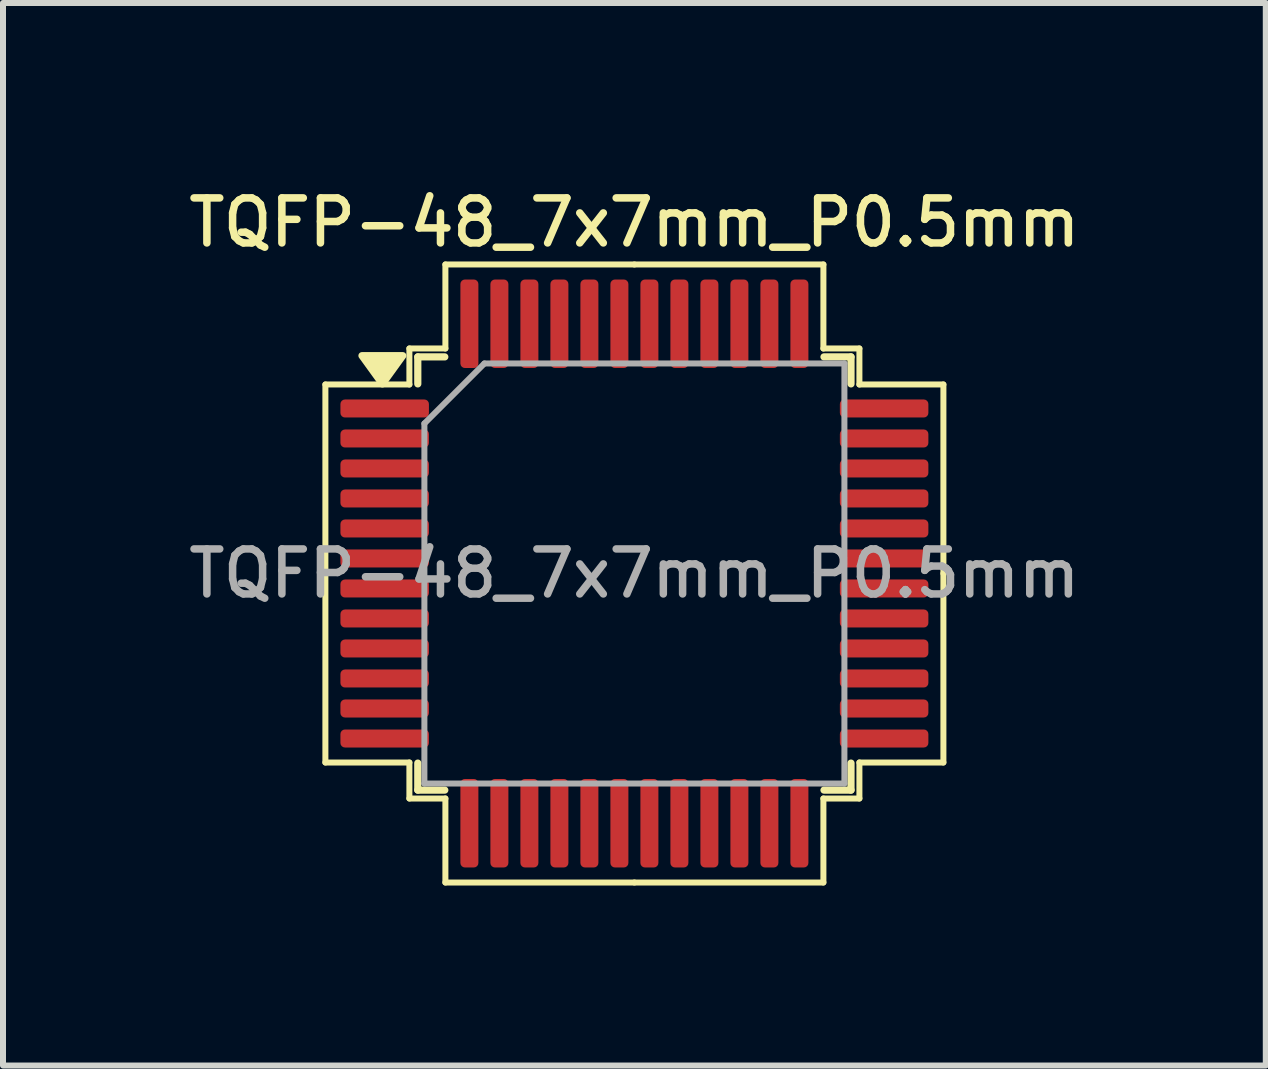
<source format=kicad_pcb>
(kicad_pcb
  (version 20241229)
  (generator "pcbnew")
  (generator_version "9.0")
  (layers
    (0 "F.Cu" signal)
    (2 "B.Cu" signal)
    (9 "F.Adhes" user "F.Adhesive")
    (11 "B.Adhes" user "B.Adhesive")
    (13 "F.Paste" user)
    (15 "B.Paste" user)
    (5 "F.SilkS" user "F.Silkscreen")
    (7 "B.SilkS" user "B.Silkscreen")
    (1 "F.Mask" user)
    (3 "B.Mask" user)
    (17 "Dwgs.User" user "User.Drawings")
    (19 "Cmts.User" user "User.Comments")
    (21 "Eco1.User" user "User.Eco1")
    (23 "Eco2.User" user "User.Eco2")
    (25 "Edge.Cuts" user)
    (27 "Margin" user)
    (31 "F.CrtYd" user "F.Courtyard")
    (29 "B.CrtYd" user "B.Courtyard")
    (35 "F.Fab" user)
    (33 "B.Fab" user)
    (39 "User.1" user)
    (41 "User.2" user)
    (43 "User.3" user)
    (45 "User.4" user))
  (footprint "TQFP-48_7x7mm_P0.5mm"
    (layer "F.Cu")
    (at 7.523 6.508)
    (property "Reference" "TQFP-48_7x7mm_P0.5mm" (at 0 -5.85 0) (layer "F.SilkS") (effects (font (size 0.75 0.75) (thickness 0.125))))
    (attr smd)
    (fp_line (start -5.15 -3.15) (end -5.15 0) (stroke (width 0.1) (type solid)) (layer "F.SilkS"))
    (fp_line (start -5.15 3.15) (end -5.15 0) (stroke (width 0.1) (type solid)) (layer "F.SilkS"))
    (fp_line (start -3.75 -3.75) (end -3.75 -3.15) (stroke (width 0.1) (type solid)) (layer "F.SilkS"))
    (fp_line (start -3.75 -3.15) (end -5.15 -3.15) (stroke (width 0.1) (type solid)) (layer "F.SilkS"))
    (fp_line (start -3.75 3.15) (end -5.15 3.15) (stroke (width 0.1) (type solid)) (layer "F.SilkS"))
    (fp_line (start -3.75 3.75) (end -3.75 3.15) (stroke (width 0.1) (type solid)) (layer "F.SilkS"))
    (fp_line (start -3.61 -3.61) (end -3.61 -3.16) (stroke (width 0.12) (type solid)) (layer "F.SilkS"))
    (fp_line (start -3.61 3.61) (end -3.61 3.16) (stroke (width 0.12) (type solid)) (layer "F.SilkS"))
    (fp_line (start -3.16 -3.61) (end -3.61 -3.61) (stroke (width 0.12) (type solid)) (layer "F.SilkS"))
    (fp_line (start -3.16 3.61) (end -3.61 3.61) (stroke (width 0.12) (type solid)) (layer "F.SilkS"))
    (fp_line (start -3.15 -5.15) (end -3.15 -3.75) (stroke (width 0.1) (type solid)) (layer "F.SilkS"))
    (fp_line (start -3.15 -3.75) (end -3.75 -3.75) (stroke (width 0.1) (type solid)) (layer "F.SilkS"))
    (fp_line (start -3.15 3.75) (end -3.75 3.75) (stroke (width 0.1) (type solid)) (layer "F.SilkS"))
    (fp_line (start -3.15 5.15) (end -3.15 3.75) (stroke (width 0.1) (type solid)) (layer "F.SilkS"))
    (fp_line (start 0 -5.15) (end -3.15 -5.15) (stroke (width 0.1) (type solid)) (layer "F.SilkS"))
    (fp_line (start 0 -5.15) (end 3.15 -5.15) (stroke (width 0.1) (type solid)) (layer "F.SilkS"))
    (fp_line (start 0 5.15) (end -3.15 5.15) (stroke (width 0.1) (type solid)) (layer "F.SilkS"))
    (fp_line (start 0 5.15) (end 3.15 5.15) (stroke (width 0.1) (type solid)) (layer "F.SilkS"))
    (fp_line (start 3.15 -5.15) (end 3.15 -3.75) (stroke (width 0.1) (type solid)) (layer "F.SilkS"))
    (fp_line (start 3.15 -3.75) (end 3.75 -3.75) (stroke (width 0.1) (type solid)) (layer "F.SilkS"))
    (fp_line (start 3.15 3.75) (end 3.75 3.75) (stroke (width 0.1) (type solid)) (layer "F.SilkS"))
    (fp_line (start 3.15 5.15) (end 3.15 3.75) (stroke (width 0.1) (type solid)) (layer "F.SilkS"))
    (fp_line (start 3.16 -3.61) (end 3.61 -3.61) (stroke (width 0.12) (type solid)) (layer "F.SilkS"))
    (fp_line (start 3.16 3.61) (end 3.61 3.61) (stroke (width 0.12) (type solid)) (layer "F.SilkS"))
    (fp_line (start 3.61 -3.61) (end 3.61 -3.16) (stroke (width 0.12) (type solid)) (layer "F.SilkS"))
    (fp_line (start 3.61 3.61) (end 3.61 3.16) (stroke (width 0.12) (type solid)) (layer "F.SilkS"))
    (fp_line (start 3.75 -3.75) (end 3.75 -3.15) (stroke (width 0.1) (type solid)) (layer "F.SilkS"))
    (fp_line (start 3.75 -3.15) (end 5.15 -3.15) (stroke (width 0.1) (type solid)) (layer "F.SilkS"))
    (fp_line (start 3.75 3.15) (end 5.15 3.15) (stroke (width 0.1) (type solid)) (layer "F.SilkS"))
    (fp_line (start 3.75 3.75) (end 3.75 3.15) (stroke (width 0.1) (type solid)) (layer "F.SilkS"))
    (fp_line (start 5.15 -3.15) (end 5.15 0) (stroke (width 0.1) (type solid)) (layer "F.SilkS"))
    (fp_line (start 5.15 3.15) (end 5.15 0) (stroke (width 0.1) (type solid)) (layer "F.SilkS"))
    (fp_poly (pts (xy -4.2 -3.16) (xy -4.54 -3.63) (xy -3.86 -3.63) (xy -4.2 -3.16)) (stroke (width 0.12) (type solid)) (fill yes) (layer "F.SilkS"))
    (fp_line (start -3.5 -2.5) (end -2.5 -3.5) (stroke (width 0.1) (type solid)) (layer "F.Fab"))
    (fp_line (start -3.5 3.5) (end -3.5 -2.5) (stroke (width 0.1) (type solid)) (layer "F.Fab"))
    (fp_line (start -2.5 -3.5) (end 3.5 -3.5) (stroke (width 0.1) (type solid)) (layer "F.Fab"))
    (fp_line (start 3.5 -3.5) (end 3.5 3.5) (stroke (width 0.1) (type solid)) (layer "F.Fab"))
    (fp_line (start 3.5 3.5) (end -3.5 3.5) (stroke (width 0.1) (type solid)) (layer "F.Fab"))
    (fp_text user "${REFERENCE}" (at 0 0 0) (layer "F.Fab") (effects (font (size 0.75 0.75) (thickness 0.125))))
    (pad "1" smd roundrect (at -4.162 -2.75) (size 1.475 0.3) (layers "F.Cu" "F.Mask" "F.Paste") (roundrect_rratio 0.25))
    (pad "2" smd roundrect (at -4.162 -2.25) (size 1.475 0.3) (layers "F.Cu" "F.Mask" "F.Paste") (roundrect_rratio 0.25))
    (pad "3" smd roundrect (at -4.162 -1.75) (size 1.475 0.3) (layers "F.Cu" "F.Mask" "F.Paste") (roundrect_rratio 0.25))
    (pad "4" smd roundrect (at -4.162 -1.25) (size 1.475 0.3) (layers "F.Cu" "F.Mask" "F.Paste") (roundrect_rratio 0.25))
    (pad "5" smd roundrect (at -4.162 -0.75) (size 1.475 0.3) (layers "F.Cu" "F.Mask" "F.Paste") (roundrect_rratio 0.25))
    (pad "6" smd roundrect (at -4.162 -0.25) (size 1.475 0.3) (layers "F.Cu" "F.Mask" "F.Paste") (roundrect_rratio 0.25))
    (pad "7" smd roundrect (at -4.162 0.25) (size 1.475 0.3) (layers "F.Cu" "F.Mask" "F.Paste") (roundrect_rratio 0.25))
    (pad "8" smd roundrect (at -4.162 0.75) (size 1.475 0.3) (layers "F.Cu" "F.Mask" "F.Paste") (roundrect_rratio 0.25))
    (pad "9" smd roundrect (at -4.162 1.25) (size 1.475 0.3) (layers "F.Cu" "F.Mask" "F.Paste") (roundrect_rratio 0.25))
    (pad "10" smd roundrect (at -4.162 1.75) (size 1.475 0.3) (layers "F.Cu" "F.Mask" "F.Paste") (roundrect_rratio 0.25))
    (pad "11" smd roundrect (at -4.162 2.25) (size 1.475 0.3) (layers "F.Cu" "F.Mask" "F.Paste") (roundrect_rratio 0.25))
    (pad "12" smd roundrect (at -4.162 2.75) (size 1.475 0.3) (layers "F.Cu" "F.Mask" "F.Paste") (roundrect_rratio 0.25))
    (pad "13" smd roundrect (at -2.75 4.162) (size 0.3 1.475) (layers "F.Cu" "F.Mask" "F.Paste") (roundrect_rratio 0.25))
    (pad "14" smd roundrect (at -2.25 4.162) (size 0.3 1.475) (layers "F.Cu" "F.Mask" "F.Paste") (roundrect_rratio 0.25))
    (pad "15" smd roundrect (at -1.75 4.162) (size 0.3 1.475) (layers "F.Cu" "F.Mask" "F.Paste") (roundrect_rratio 0.25))
    (pad "16" smd roundrect (at -1.25 4.162) (size 0.3 1.475) (layers "F.Cu" "F.Mask" "F.Paste") (roundrect_rratio 0.25))
    (pad "17" smd roundrect (at -0.75 4.162) (size 0.3 1.475) (layers "F.Cu" "F.Mask" "F.Paste") (roundrect_rratio 0.25))
    (pad "18" smd roundrect (at -0.25 4.162) (size 0.3 1.475) (layers "F.Cu" "F.Mask" "F.Paste") (roundrect_rratio 0.25))
    (pad "19" smd roundrect (at 0.25 4.162) (size 0.3 1.475) (layers "F.Cu" "F.Mask" "F.Paste") (roundrect_rratio 0.25))
    (pad "20" smd roundrect (at 0.75 4.162) (size 0.3 1.475) (layers "F.Cu" "F.Mask" "F.Paste") (roundrect_rratio 0.25))
    (pad "21" smd roundrect (at 1.25 4.162) (size 0.3 1.475) (layers "F.Cu" "F.Mask" "F.Paste") (roundrect_rratio 0.25))
    (pad "22" smd roundrect (at 1.75 4.162) (size 0.3 1.475) (layers "F.Cu" "F.Mask" "F.Paste") (roundrect_rratio 0.25))
    (pad "23" smd roundrect (at 2.25 4.162) (size 0.3 1.475) (layers "F.Cu" "F.Mask" "F.Paste") (roundrect_rratio 0.25))
    (pad "24" smd roundrect (at 2.75 4.162) (size 0.3 1.475) (layers "F.Cu" "F.Mask" "F.Paste") (roundrect_rratio 0.25))
    (pad "25" smd roundrect (at 4.162 2.75) (size 1.475 0.3) (layers "F.Cu" "F.Mask" "F.Paste") (roundrect_rratio 0.25))
    (pad "26" smd roundrect (at 4.162 2.25) (size 1.475 0.3) (layers "F.Cu" "F.Mask" "F.Paste") (roundrect_rratio 0.25))
    (pad "27" smd roundrect (at 4.162 1.75) (size 1.475 0.3) (layers "F.Cu" "F.Mask" "F.Paste") (roundrect_rratio 0.25))
    (pad "28" smd roundrect (at 4.162 1.25) (size 1.475 0.3) (layers "F.Cu" "F.Mask" "F.Paste") (roundrect_rratio 0.25))
    (pad "29" smd roundrect (at 4.162 0.75) (size 1.475 0.3) (layers "F.Cu" "F.Mask" "F.Paste") (roundrect_rratio 0.25))
    (pad "30" smd roundrect (at 4.162 0.25) (size 1.475 0.3) (layers "F.Cu" "F.Mask" "F.Paste") (roundrect_rratio 0.25))
    (pad "31" smd roundrect (at 4.162 -0.25) (size 1.475 0.3) (layers "F.Cu" "F.Mask" "F.Paste") (roundrect_rratio 0.25))
    (pad "32" smd roundrect (at 4.162 -0.75) (size 1.475 0.3) (layers "F.Cu" "F.Mask" "F.Paste") (roundrect_rratio 0.25))
    (pad "33" smd roundrect (at 4.162 -1.25) (size 1.475 0.3) (layers "F.Cu" "F.Mask" "F.Paste") (roundrect_rratio 0.25))
    (pad "34" smd roundrect (at 4.162 -1.75) (size 1.475 0.3) (layers "F.Cu" "F.Mask" "F.Paste") (roundrect_rratio 0.25))
    (pad "35" smd roundrect (at 4.162 -2.25) (size 1.475 0.3) (layers "F.Cu" "F.Mask" "F.Paste") (roundrect_rratio 0.25))
    (pad "36" smd roundrect (at 4.162 -2.75) (size 1.475 0.3) (layers "F.Cu" "F.Mask" "F.Paste") (roundrect_rratio 0.25))
    (pad "37" smd roundrect (at 2.75 -4.162) (size 0.3 1.475) (layers "F.Cu" "F.Mask" "F.Paste") (roundrect_rratio 0.25))
    (pad "38" smd roundrect (at 2.25 -4.162) (size 0.3 1.475) (layers "F.Cu" "F.Mask" "F.Paste") (roundrect_rratio 0.25))
    (pad "39" smd roundrect (at 1.75 -4.162) (size 0.3 1.475) (layers "F.Cu" "F.Mask" "F.Paste") (roundrect_rratio 0.25))
    (pad "40" smd roundrect (at 1.25 -4.162) (size 0.3 1.475) (layers "F.Cu" "F.Mask" "F.Paste") (roundrect_rratio 0.25))
    (pad "41" smd roundrect (at 0.75 -4.162) (size 0.3 1.475) (layers "F.Cu" "F.Mask" "F.Paste") (roundrect_rratio 0.25))
    (pad "42" smd roundrect (at 0.25 -4.162) (size 0.3 1.475) (layers "F.Cu" "F.Mask" "F.Paste") (roundrect_rratio 0.25))
    (pad "43" smd roundrect (at -0.25 -4.162) (size 0.3 1.475) (layers "F.Cu" "F.Mask" "F.Paste") (roundrect_rratio 0.25))
    (pad "44" smd roundrect (at -0.75 -4.162) (size 0.3 1.475) (layers "F.Cu" "F.Mask" "F.Paste") (roundrect_rratio 0.25))
    (pad "45" smd roundrect (at -1.25 -4.162) (size 0.3 1.475) (layers "F.Cu" "F.Mask" "F.Paste") (roundrect_rratio 0.25))
    (pad "46" smd roundrect (at -1.75 -4.162) (size 0.3 1.475) (layers "F.Cu" "F.Mask" "F.Paste") (roundrect_rratio 0.25))
    (pad "47" smd roundrect (at -2.25 -4.162) (size 0.3 1.475) (layers "F.Cu" "F.Mask" "F.Paste") (roundrect_rratio 0.25))
    (pad "48" smd roundrect (at -2.75 -4.162) (size 0.3 1.475) (layers "F.Cu" "F.Mask" "F.Paste") (roundrect_rratio 0.25)))
  (gr_rect
    (start -3 -3)
    (end 18.046 14.708)
    (stroke (width 0.1) (type default))
    (fill no)
    (layer "Edge.Cuts")))
</source>
